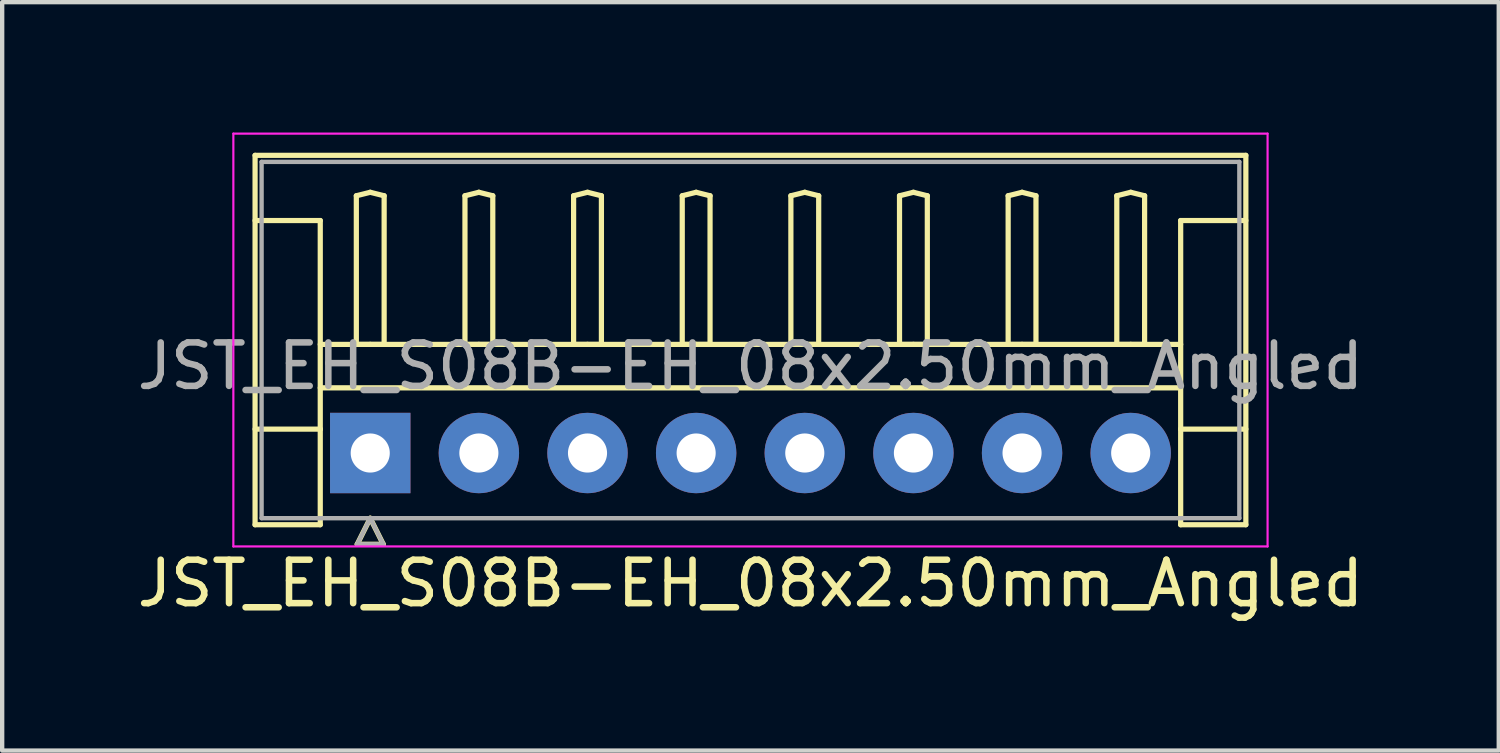
<source format=kicad_pcb>
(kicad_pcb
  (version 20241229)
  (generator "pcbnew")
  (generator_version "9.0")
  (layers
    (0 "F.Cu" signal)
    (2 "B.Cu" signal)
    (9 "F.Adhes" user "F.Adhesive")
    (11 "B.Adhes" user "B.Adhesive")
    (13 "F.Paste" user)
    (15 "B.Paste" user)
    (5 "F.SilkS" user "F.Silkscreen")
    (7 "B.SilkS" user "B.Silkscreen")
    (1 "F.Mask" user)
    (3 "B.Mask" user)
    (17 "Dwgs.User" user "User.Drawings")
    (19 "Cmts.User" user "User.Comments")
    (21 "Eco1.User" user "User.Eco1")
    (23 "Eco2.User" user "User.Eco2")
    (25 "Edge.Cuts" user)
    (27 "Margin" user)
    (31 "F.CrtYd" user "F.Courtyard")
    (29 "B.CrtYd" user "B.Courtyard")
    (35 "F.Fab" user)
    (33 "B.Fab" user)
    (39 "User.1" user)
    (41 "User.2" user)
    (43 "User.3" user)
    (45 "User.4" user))
  (footprint "JST_EH_S08B-EH_08x2.50mm_Angled"
    (layer "F.Cu")
    (at 5.47 7.375)
    (property "Reference" "JST_EH_S08B-EH_08x2.50mm_Angled" (at 8.75 3 0) (layer "F.SilkS") (effects (font (size 1 1) (thickness 0.15))))
    (attr through_hole)
    (fp_line (start -2.65 -6.85) (end 20.15 -6.85) (stroke (width 0.12) (type solid)) (layer "F.SilkS"))
    (fp_line (start -2.65 -5.35) (end -1.15 -5.35) (stroke (width 0.12) (type solid)) (layer "F.SilkS"))
    (fp_line (start -2.65 1.65) (end -2.65 -6.85) (stroke (width 0.12) (type solid)) (layer "F.SilkS"))
    (fp_line (start -1.15 -5.35) (end -1.15 -0.55) (stroke (width 0.12) (type solid)) (layer "F.SilkS"))
    (fp_line (start -1.15 -2.5) (end 18.65 -2.5) (stroke (width 0.12) (type solid)) (layer "F.SilkS"))
    (fp_line (start -1.15 -1.5) (end 18.65 -1.5) (stroke (width 0.12) (type solid)) (layer "F.SilkS"))
    (fp_line (start -1.15 -0.55) (end -2.65 -0.55) (stroke (width 0.12) (type solid)) (layer "F.SilkS"))
    (fp_line (start -1.15 -0.55) (end -1.15 1.65) (stroke (width 0.12) (type solid)) (layer "F.SilkS"))
    (fp_line (start -1.15 1.65) (end -2.65 1.65) (stroke (width 0.12) (type solid)) (layer "F.SilkS"))
    (fp_line (start -0.32 -5.92) (end 0 -6) (stroke (width 0.12) (type solid)) (layer "F.SilkS"))
    (fp_line (start -0.32 -2.5) (end -0.32 -5.92) (stroke (width 0.12) (type solid)) (layer "F.SilkS"))
    (fp_line (start -0.3 2.1) (end 0.3 2.1) (stroke (width 0.12) (type solid)) (layer "F.SilkS"))
    (fp_line (start 0 -6) (end 0.32 -5.92) (stroke (width 0.12) (type solid)) (layer "F.SilkS"))
    (fp_line (start 0 -2.5) (end -0.32 -2.5) (stroke (width 0.12) (type solid)) (layer "F.SilkS"))
    (fp_line (start 0 1.5) (end -0.3 2.1) (stroke (width 0.12) (type solid)) (layer "F.SilkS"))
    (fp_line (start 0.3 2.1) (end 0 1.5) (stroke (width 0.12) (type solid)) (layer "F.SilkS"))
    (fp_line (start 0.32 -5.92) (end 0.32 -2.5) (stroke (width 0.12) (type solid)) (layer "F.SilkS"))
    (fp_line (start 0.32 -2.5) (end 0 -2.5) (stroke (width 0.12) (type solid)) (layer "F.SilkS"))
    (fp_line (start 2.18 -5.92) (end 2.5 -6) (stroke (width 0.12) (type solid)) (layer "F.SilkS"))
    (fp_line (start 2.18 -2.5) (end 2.18 -5.92) (stroke (width 0.12) (type solid)) (layer "F.SilkS"))
    (fp_line (start 2.5 -6) (end 2.82 -5.92) (stroke (width 0.12) (type solid)) (layer "F.SilkS"))
    (fp_line (start 2.5 -2.5) (end 2.18 -2.5) (stroke (width 0.12) (type solid)) (layer "F.SilkS"))
    (fp_line (start 2.82 -5.92) (end 2.82 -2.5) (stroke (width 0.12) (type solid)) (layer "F.SilkS"))
    (fp_line (start 2.82 -2.5) (end 2.5 -2.5) (stroke (width 0.12) (type solid)) (layer "F.SilkS"))
    (fp_line (start 4.68 -5.92) (end 5 -6) (stroke (width 0.12) (type solid)) (layer "F.SilkS"))
    (fp_line (start 4.68 -2.5) (end 4.68 -5.92) (stroke (width 0.12) (type solid)) (layer "F.SilkS"))
    (fp_line (start 5 -6) (end 5.32 -5.92) (stroke (width 0.12) (type solid)) (layer "F.SilkS"))
    (fp_line (start 5 -2.5) (end 4.68 -2.5) (stroke (width 0.12) (type solid)) (layer "F.SilkS"))
    (fp_line (start 5.32 -5.92) (end 5.32 -2.5) (stroke (width 0.12) (type solid)) (layer "F.SilkS"))
    (fp_line (start 5.32 -2.5) (end 5 -2.5) (stroke (width 0.12) (type solid)) (layer "F.SilkS"))
    (fp_line (start 7.18 -5.92) (end 7.5 -6) (stroke (width 0.12) (type solid)) (layer "F.SilkS"))
    (fp_line (start 7.18 -2.5) (end 7.18 -5.92) (stroke (width 0.12) (type solid)) (layer "F.SilkS"))
    (fp_line (start 7.5 -6) (end 7.82 -5.92) (stroke (width 0.12) (type solid)) (layer "F.SilkS"))
    (fp_line (start 7.5 -2.5) (end 7.18 -2.5) (stroke (width 0.12) (type solid)) (layer "F.SilkS"))
    (fp_line (start 7.82 -5.92) (end 7.82 -2.5) (stroke (width 0.12) (type solid)) (layer "F.SilkS"))
    (fp_line (start 7.82 -2.5) (end 7.5 -2.5) (stroke (width 0.12) (type solid)) (layer "F.SilkS"))
    (fp_line (start 9.68 -5.92) (end 10 -6) (stroke (width 0.12) (type solid)) (layer "F.SilkS"))
    (fp_line (start 9.68 -2.5) (end 9.68 -5.92) (stroke (width 0.12) (type solid)) (layer "F.SilkS"))
    (fp_line (start 10 -6) (end 10.32 -5.92) (stroke (width 0.12) (type solid)) (layer "F.SilkS"))
    (fp_line (start 10 -2.5) (end 9.68 -2.5) (stroke (width 0.12) (type solid)) (layer "F.SilkS"))
    (fp_line (start 10.32 -5.92) (end 10.32 -2.5) (stroke (width 0.12) (type solid)) (layer "F.SilkS"))
    (fp_line (start 10.32 -2.5) (end 10 -2.5) (stroke (width 0.12) (type solid)) (layer "F.SilkS"))
    (fp_line (start 12.18 -5.92) (end 12.5 -6) (stroke (width 0.12) (type solid)) (layer "F.SilkS"))
    (fp_line (start 12.18 -2.5) (end 12.18 -5.92) (stroke (width 0.12) (type solid)) (layer "F.SilkS"))
    (fp_line (start 12.5 -6) (end 12.82 -5.92) (stroke (width 0.12) (type solid)) (layer "F.SilkS"))
    (fp_line (start 12.5 -2.5) (end 12.18 -2.5) (stroke (width 0.12) (type solid)) (layer "F.SilkS"))
    (fp_line (start 12.82 -5.92) (end 12.82 -2.5) (stroke (width 0.12) (type solid)) (layer "F.SilkS"))
    (fp_line (start 12.82 -2.5) (end 12.5 -2.5) (stroke (width 0.12) (type solid)) (layer "F.SilkS"))
    (fp_line (start 14.68 -5.92) (end 15 -6) (stroke (width 0.12) (type solid)) (layer "F.SilkS"))
    (fp_line (start 14.68 -2.5) (end 14.68 -5.92) (stroke (width 0.12) (type solid)) (layer "F.SilkS"))
    (fp_line (start 15 -6) (end 15.32 -5.92) (stroke (width 0.12) (type solid)) (layer "F.SilkS"))
    (fp_line (start 15 -2.5) (end 14.68 -2.5) (stroke (width 0.12) (type solid)) (layer "F.SilkS"))
    (fp_line (start 15.32 -5.92) (end 15.32 -2.5) (stroke (width 0.12) (type solid)) (layer "F.SilkS"))
    (fp_line (start 15.32 -2.5) (end 15 -2.5) (stroke (width 0.12) (type solid)) (layer "F.SilkS"))
    (fp_line (start 17.18 -5.92) (end 17.5 -6) (stroke (width 0.12) (type solid)) (layer "F.SilkS"))
    (fp_line (start 17.18 -2.5) (end 17.18 -5.92) (stroke (width 0.12) (type solid)) (layer "F.SilkS"))
    (fp_line (start 17.5 -6) (end 17.82 -5.92) (stroke (width 0.12) (type solid)) (layer "F.SilkS"))
    (fp_line (start 17.5 -2.5) (end 17.18 -2.5) (stroke (width 0.12) (type solid)) (layer "F.SilkS"))
    (fp_line (start 17.82 -5.92) (end 17.82 -2.5) (stroke (width 0.12) (type solid)) (layer "F.SilkS"))
    (fp_line (start 17.82 -2.5) (end 17.5 -2.5) (stroke (width 0.12) (type solid)) (layer "F.SilkS"))
    (fp_line (start 18.65 -5.35) (end 18.65 -0.55) (stroke (width 0.12) (type solid)) (layer "F.SilkS"))
    (fp_line (start 18.65 -0.55) (end 20.15 -0.55) (stroke (width 0.12) (type solid)) (layer "F.SilkS"))
    (fp_line (start 18.65 1.65) (end 18.65 -0.55) (stroke (width 0.12) (type solid)) (layer "F.SilkS"))
    (fp_line (start 20.15 -6.85) (end 20.15 1.65) (stroke (width 0.12) (type solid)) (layer "F.SilkS"))
    (fp_line (start 20.15 -5.35) (end 18.65 -5.35) (stroke (width 0.12) (type solid)) (layer "F.SilkS"))
    (fp_line (start 20.15 1.65) (end 18.65 1.65) (stroke (width 0.12) (type solid)) (layer "F.SilkS"))
    (fp_line (start -3.15 -7.35) (end -3.15 2.15) (stroke (width 0.05) (type solid)) (layer "F.CrtYd"))
    (fp_line (start -3.15 2.15) (end 20.65 2.15) (stroke (width 0.05) (type solid)) (layer "F.CrtYd"))
    (fp_line (start 20.65 -7.35) (end -3.15 -7.35) (stroke (width 0.05) (type solid)) (layer "F.CrtYd"))
    (fp_line (start 20.65 2.15) (end 20.65 -7.35) (stroke (width 0.05) (type solid)) (layer "F.CrtYd"))
    (fp_line (start -2.5 -6.7) (end -2.5 1.5) (stroke (width 0.1) (type solid)) (layer "F.Fab"))
    (fp_line (start -2.5 1.5) (end 20 1.5) (stroke (width 0.1) (type solid)) (layer "F.Fab"))
    (fp_line (start -0.3 2.1) (end 0.3 2.1) (stroke (width 0.1) (type solid)) (layer "F.Fab"))
    (fp_line (start 0 1.5) (end -0.3 2.1) (stroke (width 0.1) (type solid)) (layer "F.Fab"))
    (fp_line (start 0.3 2.1) (end 0 1.5) (stroke (width 0.1) (type solid)) (layer "F.Fab"))
    (fp_line (start 20 -6.7) (end -2.5 -6.7) (stroke (width 0.1) (type solid)) (layer "F.Fab"))
    (fp_line (start 20 1.5) (end 20 -6.7) (stroke (width 0.1) (type solid)) (layer "F.Fab"))
    (fp_text user "${REFERENCE}" (at 8.75 -2 0) (layer "F.Fab") (effects (font (size 1 1) (thickness 0.15))))
    (pad "1" thru_hole rect (at 0 0) (size 1.85 1.85) (drill 0.9) (layers "*.Cu" "*.Mask"))
    (pad "2" thru_hole circle (at 2.5 0) (size 1.85 1.85) (drill 0.9) (layers "*.Cu" "*.Mask"))
    (pad "3" thru_hole circle (at 5 0) (size 1.85 1.85) (drill 0.9) (layers "*.Cu" "*.Mask"))
    (pad "4" thru_hole circle (at 7.5 0) (size 1.85 1.85) (drill 0.9) (layers "*.Cu" "*.Mask"))
    (pad "5" thru_hole circle (at 10 0) (size 1.85 1.85) (drill 0.9) (layers "*.Cu" "*.Mask"))
    (pad "6" thru_hole circle (at 12.5 0) (size 1.85 1.85) (drill 0.9) (layers "*.Cu" "*.Mask"))
    (pad "7" thru_hole circle (at 15 0) (size 1.85 1.85) (drill 0.9) (layers "*.Cu" "*.Mask"))
    (pad "8" thru_hole circle (at 17.5 0) (size 1.85 1.85) (drill 0.9) (layers "*.Cu" "*.Mask")))
  (gr_rect
    (start -3 -3)
    (end 31.44 14.223)
    (stroke (width 0.1) (type default))
    (fill no)
    (layer "Edge.Cuts")))
</source>
